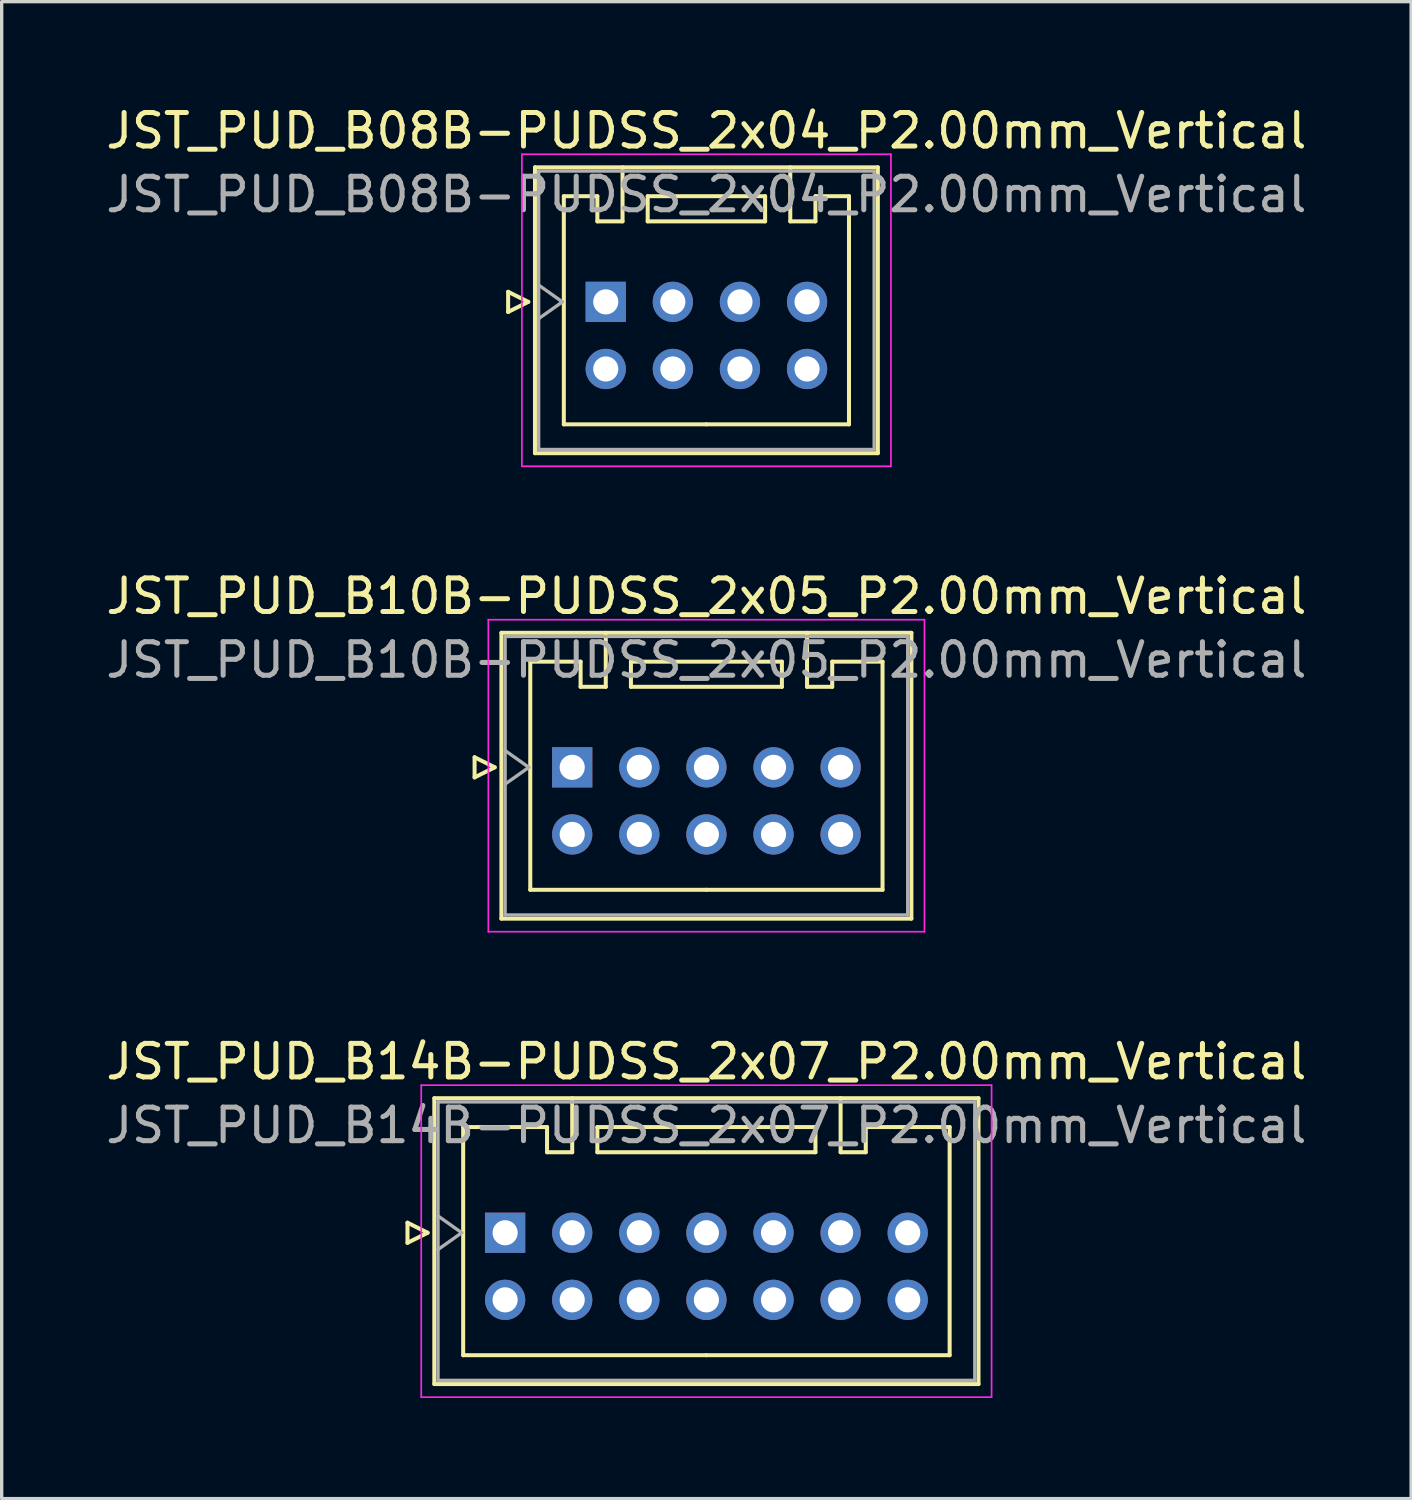
<source format=kicad_pcb>
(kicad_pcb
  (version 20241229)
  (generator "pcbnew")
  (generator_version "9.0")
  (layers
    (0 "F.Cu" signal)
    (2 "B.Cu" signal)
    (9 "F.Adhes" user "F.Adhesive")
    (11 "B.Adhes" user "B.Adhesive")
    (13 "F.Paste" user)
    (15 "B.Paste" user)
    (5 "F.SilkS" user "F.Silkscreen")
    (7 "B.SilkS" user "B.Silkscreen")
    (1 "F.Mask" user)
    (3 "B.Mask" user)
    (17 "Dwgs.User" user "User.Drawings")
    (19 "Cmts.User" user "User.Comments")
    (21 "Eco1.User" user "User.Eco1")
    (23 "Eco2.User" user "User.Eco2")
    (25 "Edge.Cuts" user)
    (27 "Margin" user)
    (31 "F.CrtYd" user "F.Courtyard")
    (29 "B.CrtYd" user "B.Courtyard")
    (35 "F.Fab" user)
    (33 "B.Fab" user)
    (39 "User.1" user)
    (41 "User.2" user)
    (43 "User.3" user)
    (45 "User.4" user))
  (footprint "JST_PUD_B10B-PUDSS_2x05_P2.00mm_Vertical"
    (layer "F.Cu")
    (at 14.006 19.822)
    (property "Reference" "JST_PUD_B10B-PUDSS_2x05_P2.00mm_Vertical" (at 4 -5.1 0) (layer "F.SilkS") (effects (font (size 1 1) (thickness 0.15))))
    (attr through_hole)
    (fp_line (start -2.91 -0.3) (end -2.31 0) (stroke (width 0.12) (type solid)) (layer "F.SilkS"))
    (fp_line (start -2.91 0.3) (end -2.91 -0.3) (stroke (width 0.12) (type solid)) (layer "F.SilkS"))
    (fp_line (start -2.31 0) (end -2.91 0.3) (stroke (width 0.12) (type solid)) (layer "F.SilkS"))
    (fp_line (start -2.11 -4.01) (end -2.11 4.51) (stroke (width 0.12) (type solid)) (layer "F.SilkS"))
    (fp_line (start -2.11 4.51) (end 10.11 4.51) (stroke (width 0.12) (type solid)) (layer "F.SilkS"))
    (fp_line (start -1.25 -3.15) (end -1.25 3.65) (stroke (width 0.12) (type solid)) (layer "F.SilkS"))
    (fp_line (start -1.25 3.65) (end 4 3.65) (stroke (width 0.12) (type solid)) (layer "F.SilkS"))
    (fp_line (start 0.25 -3.15) (end -1.25 -3.15) (stroke (width 0.12) (type solid)) (layer "F.SilkS"))
    (fp_line (start 0.25 -2.4) (end 0.25 -3.15) (stroke (width 0.12) (type solid)) (layer "F.SilkS"))
    (fp_line (start 1 -4.01) (end 1 -2.4) (stroke (width 0.12) (type solid)) (layer "F.SilkS"))
    (fp_line (start 1 -2.4) (end 0.25 -2.4) (stroke (width 0.12) (type solid)) (layer "F.SilkS"))
    (fp_line (start 1.75 -3.15) (end 1.75 -2.4) (stroke (width 0.12) (type solid)) (layer "F.SilkS"))
    (fp_line (start 1.75 -2.4) (end 6.25 -2.4) (stroke (width 0.12) (type solid)) (layer "F.SilkS"))
    (fp_line (start 6.25 -3.15) (end 1.75 -3.15) (stroke (width 0.12) (type solid)) (layer "F.SilkS"))
    (fp_line (start 6.25 -2.4) (end 6.25 -3.15) (stroke (width 0.12) (type solid)) (layer "F.SilkS"))
    (fp_line (start 7 -4.01) (end 7 -2.4) (stroke (width 0.12) (type solid)) (layer "F.SilkS"))
    (fp_line (start 7 -2.4) (end 7.75 -2.4) (stroke (width 0.12) (type solid)) (layer "F.SilkS"))
    (fp_line (start 7.75 -3.15) (end 9.25 -3.15) (stroke (width 0.12) (type solid)) (layer "F.SilkS"))
    (fp_line (start 7.75 -2.4) (end 7.75 -3.15) (stroke (width 0.12) (type solid)) (layer "F.SilkS"))
    (fp_line (start 9.25 -3.15) (end 9.25 3.65) (stroke (width 0.12) (type solid)) (layer "F.SilkS"))
    (fp_line (start 9.25 3.65) (end 4 3.65) (stroke (width 0.12) (type solid)) (layer "F.SilkS"))
    (fp_line (start 10.11 -4.01) (end -2.11 -4.01) (stroke (width 0.12) (type solid)) (layer "F.SilkS"))
    (fp_line (start 10.11 4.51) (end 10.11 -4.01) (stroke (width 0.12) (type solid)) (layer "F.SilkS"))
    (fp_line (start -2.5 -4.4) (end -2.5 4.9) (stroke (width 0.05) (type solid)) (layer "F.CrtYd"))
    (fp_line (start -2.5 4.9) (end 10.5 4.9) (stroke (width 0.05) (type solid)) (layer "F.CrtYd"))
    (fp_line (start 10.5 -4.4) (end -2.5 -4.4) (stroke (width 0.05) (type solid)) (layer "F.CrtYd"))
    (fp_line (start 10.5 4.9) (end 10.5 -4.4) (stroke (width 0.05) (type solid)) (layer "F.CrtYd"))
    (fp_line (start -2 -3.9) (end -2 4.4) (stroke (width 0.1) (type solid)) (layer "F.Fab"))
    (fp_line (start -2 0.5) (end -1.293 0) (stroke (width 0.1) (type solid)) (layer "F.Fab"))
    (fp_line (start -2 4.4) (end 10 4.4) (stroke (width 0.1) (type solid)) (layer "F.Fab"))
    (fp_line (start -1.293 0) (end -2 -0.5) (stroke (width 0.1) (type solid)) (layer "F.Fab"))
    (fp_line (start 10 -3.9) (end -2 -3.9) (stroke (width 0.1) (type solid)) (layer "F.Fab"))
    (fp_line (start 10 4.4) (end 10 -3.9) (stroke (width 0.1) (type solid)) (layer "F.Fab"))
    (fp_text user "${REFERENCE}" (at 4 -3.2 0) (layer "F.Fab") (effects (font (size 1 1) (thickness 0.15))))
    (pad "1" thru_hole rect (at 0 0) (size 1.2 1.2) (drill 0.75) (layers "*.Cu" "*.Mask"))
    (pad "2" thru_hole circle (at 0 2) (size 1.2 1.2) (drill 0.75) (layers "*.Cu" "*.Mask"))
    (pad "3" thru_hole circle (at 2 0) (size 1.2 1.2) (drill 0.75) (layers "*.Cu" "*.Mask"))
    (pad "4" thru_hole circle (at 2 2) (size 1.2 1.2) (drill 0.75) (layers "*.Cu" "*.Mask"))
    (pad "5" thru_hole circle (at 4 0) (size 1.2 1.2) (drill 0.75) (layers "*.Cu" "*.Mask"))
    (pad "6" thru_hole circle (at 4 2) (size 1.2 1.2) (drill 0.75) (layers "*.Cu" "*.Mask"))
    (pad "7" thru_hole circle (at 6 0) (size 1.2 1.2) (drill 0.75) (layers "*.Cu" "*.Mask"))
    (pad "8" thru_hole circle (at 6 2) (size 1.2 1.2) (drill 0.75) (layers "*.Cu" "*.Mask"))
    (pad "9" thru_hole circle (at 8 0) (size 1.2 1.2) (drill 0.75) (layers "*.Cu" "*.Mask"))
    (pad "10" thru_hole circle (at 8 2) (size 1.2 1.2) (drill 0.75) (layers "*.Cu" "*.Mask")))
  (footprint "JST_PUD_B14B-PUDSS_2x07_P2.00mm_Vertical"
    (layer "F.Cu")
    (at 12.006 33.695)
    (property "Reference" "JST_PUD_B14B-PUDSS_2x07_P2.00mm_Vertical" (at 6 -5.1 0) (layer "F.SilkS") (effects (font (size 1 1) (thickness 0.15))))
    (attr through_hole)
    (fp_line (start -2.91 -0.3) (end -2.31 0) (stroke (width 0.12) (type solid)) (layer "F.SilkS"))
    (fp_line (start -2.91 0.3) (end -2.91 -0.3) (stroke (width 0.12) (type solid)) (layer "F.SilkS"))
    (fp_line (start -2.31 0) (end -2.91 0.3) (stroke (width 0.12) (type solid)) (layer "F.SilkS"))
    (fp_line (start -2.11 -4.01) (end -2.11 4.51) (stroke (width 0.12) (type solid)) (layer "F.SilkS"))
    (fp_line (start -2.11 4.51) (end 14.11 4.51) (stroke (width 0.12) (type solid)) (layer "F.SilkS"))
    (fp_line (start -1.25 -3.15) (end -1.25 3.65) (stroke (width 0.12) (type solid)) (layer "F.SilkS"))
    (fp_line (start -1.25 3.65) (end 6 3.65) (stroke (width 0.12) (type solid)) (layer "F.SilkS"))
    (fp_line (start 1.25 -3.15) (end -1.25 -3.15) (stroke (width 0.12) (type solid)) (layer "F.SilkS"))
    (fp_line (start 1.25 -2.4) (end 1.25 -3.15) (stroke (width 0.12) (type solid)) (layer "F.SilkS"))
    (fp_line (start 2 -4.01) (end 2 -2.4) (stroke (width 0.12) (type solid)) (layer "F.SilkS"))
    (fp_line (start 2 -2.4) (end 1.25 -2.4) (stroke (width 0.12) (type solid)) (layer "F.SilkS"))
    (fp_line (start 2.75 -3.15) (end 2.75 -2.4) (stroke (width 0.12) (type solid)) (layer "F.SilkS"))
    (fp_line (start 2.75 -2.4) (end 9.25 -2.4) (stroke (width 0.12) (type solid)) (layer "F.SilkS"))
    (fp_line (start 9.25 -3.15) (end 2.75 -3.15) (stroke (width 0.12) (type solid)) (layer "F.SilkS"))
    (fp_line (start 9.25 -2.4) (end 9.25 -3.15) (stroke (width 0.12) (type solid)) (layer "F.SilkS"))
    (fp_line (start 10 -4.01) (end 10 -2.4) (stroke (width 0.12) (type solid)) (layer "F.SilkS"))
    (fp_line (start 10 -2.4) (end 10.75 -2.4) (stroke (width 0.12) (type solid)) (layer "F.SilkS"))
    (fp_line (start 10.75 -3.15) (end 13.25 -3.15) (stroke (width 0.12) (type solid)) (layer "F.SilkS"))
    (fp_line (start 10.75 -2.4) (end 10.75 -3.15) (stroke (width 0.12) (type solid)) (layer "F.SilkS"))
    (fp_line (start 13.25 -3.15) (end 13.25 3.65) (stroke (width 0.12) (type solid)) (layer "F.SilkS"))
    (fp_line (start 13.25 3.65) (end 6 3.65) (stroke (width 0.12) (type solid)) (layer "F.SilkS"))
    (fp_line (start 14.11 -4.01) (end -2.11 -4.01) (stroke (width 0.12) (type solid)) (layer "F.SilkS"))
    (fp_line (start 14.11 4.51) (end 14.11 -4.01) (stroke (width 0.12) (type solid)) (layer "F.SilkS"))
    (fp_line (start -2.5 -4.4) (end -2.5 4.9) (stroke (width 0.05) (type solid)) (layer "F.CrtYd"))
    (fp_line (start -2.5 4.9) (end 14.5 4.9) (stroke (width 0.05) (type solid)) (layer "F.CrtYd"))
    (fp_line (start 14.5 -4.4) (end -2.5 -4.4) (stroke (width 0.05) (type solid)) (layer "F.CrtYd"))
    (fp_line (start 14.5 4.9) (end 14.5 -4.4) (stroke (width 0.05) (type solid)) (layer "F.CrtYd"))
    (fp_line (start -2 -3.9) (end -2 4.4) (stroke (width 0.1) (type solid)) (layer "F.Fab"))
    (fp_line (start -2 0.5) (end -1.293 0) (stroke (width 0.1) (type solid)) (layer "F.Fab"))
    (fp_line (start -2 4.4) (end 14 4.4) (stroke (width 0.1) (type solid)) (layer "F.Fab"))
    (fp_line (start -1.293 0) (end -2 -0.5) (stroke (width 0.1) (type solid)) (layer "F.Fab"))
    (fp_line (start 14 -3.9) (end -2 -3.9) (stroke (width 0.1) (type solid)) (layer "F.Fab"))
    (fp_line (start 14 4.4) (end 14 -3.9) (stroke (width 0.1) (type solid)) (layer "F.Fab"))
    (fp_text user "${REFERENCE}" (at 6 -3.2 0) (layer "F.Fab") (effects (font (size 1 1) (thickness 0.15))))
    (pad "1" thru_hole rect (at 0 0) (size 1.2 1.2) (drill 0.75) (layers "*.Cu" "*.Mask"))
    (pad "2" thru_hole circle (at 0 2) (size 1.2 1.2) (drill 0.75) (layers "*.Cu" "*.Mask"))
    (pad "3" thru_hole circle (at 2 0) (size 1.2 1.2) (drill 0.75) (layers "*.Cu" "*.Mask"))
    (pad "4" thru_hole circle (at 2 2) (size 1.2 1.2) (drill 0.75) (layers "*.Cu" "*.Mask"))
    (pad "5" thru_hole circle (at 4 0) (size 1.2 1.2) (drill 0.75) (layers "*.Cu" "*.Mask"))
    (pad "6" thru_hole circle (at 4 2) (size 1.2 1.2) (drill 0.75) (layers "*.Cu" "*.Mask"))
    (pad "7" thru_hole circle (at 6 0) (size 1.2 1.2) (drill 0.75) (layers "*.Cu" "*.Mask"))
    (pad "8" thru_hole circle (at 6 2) (size 1.2 1.2) (drill 0.75) (layers "*.Cu" "*.Mask"))
    (pad "9" thru_hole circle (at 8 0) (size 1.2 1.2) (drill 0.75) (layers "*.Cu" "*.Mask"))
    (pad "10" thru_hole circle (at 8 2) (size 1.2 1.2) (drill 0.75) (layers "*.Cu" "*.Mask"))
    (pad "11" thru_hole circle (at 10 0) (size 1.2 1.2) (drill 0.75) (layers "*.Cu" "*.Mask"))
    (pad "12" thru_hole circle (at 10 2) (size 1.2 1.2) (drill 0.75) (layers "*.Cu" "*.Mask"))
    (pad "13" thru_hole circle (at 12 0) (size 1.2 1.2) (drill 0.75) (layers "*.Cu" "*.Mask"))
    (pad "14" thru_hole circle (at 12 2) (size 1.2 1.2) (drill 0.75) (layers "*.Cu" "*.Mask")))
  (footprint "JST_PUD_B08B-PUDSS_2x04_P2.00mm_Vertical"
    (layer "F.Cu")
    (at 15.006 5.948)
    (property "Reference" "JST_PUD_B08B-PUDSS_2x04_P2.00mm_Vertical" (at 3 -5.1 0) (layer "F.SilkS") (effects (font (size 1 1) (thickness 0.15))))
    (attr through_hole)
    (fp_line (start -2.91 -0.3) (end -2.31 0) (stroke (width 0.12) (type solid)) (layer "F.SilkS"))
    (fp_line (start -2.91 0.3) (end -2.91 -0.3) (stroke (width 0.12) (type solid)) (layer "F.SilkS"))
    (fp_line (start -2.31 0) (end -2.91 0.3) (stroke (width 0.12) (type solid)) (layer "F.SilkS"))
    (fp_line (start -2.11 -4.01) (end -2.11 4.51) (stroke (width 0.12) (type solid)) (layer "F.SilkS"))
    (fp_line (start -2.11 4.51) (end 8.11 4.51) (stroke (width 0.12) (type solid)) (layer "F.SilkS"))
    (fp_line (start -1.25 -3.15) (end -1.25 3.65) (stroke (width 0.12) (type solid)) (layer "F.SilkS"))
    (fp_line (start -1.25 3.65) (end 3 3.65) (stroke (width 0.12) (type solid)) (layer "F.SilkS"))
    (fp_line (start -0.25 -3.15) (end -1.25 -3.15) (stroke (width 0.12) (type solid)) (layer "F.SilkS"))
    (fp_line (start -0.25 -2.4) (end -0.25 -3.15) (stroke (width 0.12) (type solid)) (layer "F.SilkS"))
    (fp_line (start 0.5 -4.01) (end 0.5 -2.4) (stroke (width 0.12) (type solid)) (layer "F.SilkS"))
    (fp_line (start 0.5 -2.4) (end -0.25 -2.4) (stroke (width 0.12) (type solid)) (layer "F.SilkS"))
    (fp_line (start 1.25 -3.15) (end 1.25 -2.4) (stroke (width 0.12) (type solid)) (layer "F.SilkS"))
    (fp_line (start 1.25 -2.4) (end 4.75 -2.4) (stroke (width 0.12) (type solid)) (layer "F.SilkS"))
    (fp_line (start 4.75 -3.15) (end 1.25 -3.15) (stroke (width 0.12) (type solid)) (layer "F.SilkS"))
    (fp_line (start 4.75 -2.4) (end 4.75 -3.15) (stroke (width 0.12) (type solid)) (layer "F.SilkS"))
    (fp_line (start 5.5 -4.01) (end 5.5 -2.4) (stroke (width 0.12) (type solid)) (layer "F.SilkS"))
    (fp_line (start 5.5 -2.4) (end 6.25 -2.4) (stroke (width 0.12) (type solid)) (layer "F.SilkS"))
    (fp_line (start 6.25 -3.15) (end 7.25 -3.15) (stroke (width 0.12) (type solid)) (layer "F.SilkS"))
    (fp_line (start 6.25 -2.4) (end 6.25 -3.15) (stroke (width 0.12) (type solid)) (layer "F.SilkS"))
    (fp_line (start 7.25 -3.15) (end 7.25 3.65) (stroke (width 0.12) (type solid)) (layer "F.SilkS"))
    (fp_line (start 7.25 3.65) (end 3 3.65) (stroke (width 0.12) (type solid)) (layer "F.SilkS"))
    (fp_line (start 8.11 -4.01) (end -2.11 -4.01) (stroke (width 0.12) (type solid)) (layer "F.SilkS"))
    (fp_line (start 8.11 4.51) (end 8.11 -4.01) (stroke (width 0.12) (type solid)) (layer "F.SilkS"))
    (fp_line (start -2.5 -4.4) (end -2.5 4.9) (stroke (width 0.05) (type solid)) (layer "F.CrtYd"))
    (fp_line (start -2.5 4.9) (end 8.5 4.9) (stroke (width 0.05) (type solid)) (layer "F.CrtYd"))
    (fp_line (start 8.5 -4.4) (end -2.5 -4.4) (stroke (width 0.05) (type solid)) (layer "F.CrtYd"))
    (fp_line (start 8.5 4.9) (end 8.5 -4.4) (stroke (width 0.05) (type solid)) (layer "F.CrtYd"))
    (fp_line (start -2 -3.9) (end -2 4.4) (stroke (width 0.1) (type solid)) (layer "F.Fab"))
    (fp_line (start -2 0.5) (end -1.293 0) (stroke (width 0.1) (type solid)) (layer "F.Fab"))
    (fp_line (start -2 4.4) (end 8 4.4) (stroke (width 0.1) (type solid)) (layer "F.Fab"))
    (fp_line (start -1.293 0) (end -2 -0.5) (stroke (width 0.1) (type solid)) (layer "F.Fab"))
    (fp_line (start 8 -3.9) (end -2 -3.9) (stroke (width 0.1) (type solid)) (layer "F.Fab"))
    (fp_line (start 8 4.4) (end 8 -3.9) (stroke (width 0.1) (type solid)) (layer "F.Fab"))
    (fp_text user "${REFERENCE}" (at 3 -3.2 0) (layer "F.Fab") (effects (font (size 1 1) (thickness 0.15))))
    (pad "1" thru_hole rect (at 0 0) (size 1.2 1.2) (drill 0.75) (layers "*.Cu" "*.Mask"))
    (pad "2" thru_hole circle (at 0 2) (size 1.2 1.2) (drill 0.75) (layers "*.Cu" "*.Mask"))
    (pad "3" thru_hole circle (at 2 0) (size 1.2 1.2) (drill 0.75) (layers "*.Cu" "*.Mask"))
    (pad "4" thru_hole circle (at 2 2) (size 1.2 1.2) (drill 0.75) (layers "*.Cu" "*.Mask"))
    (pad "5" thru_hole circle (at 4 0) (size 1.2 1.2) (drill 0.75) (layers "*.Cu" "*.Mask"))
    (pad "6" thru_hole circle (at 4 2) (size 1.2 1.2) (drill 0.75) (layers "*.Cu" "*.Mask"))
    (pad "7" thru_hole circle (at 6 0) (size 1.2 1.2) (drill 0.75) (layers "*.Cu" "*.Mask"))
    (pad "8" thru_hole circle (at 6 2) (size 1.2 1.2) (drill 0.75) (layers "*.Cu" "*.Mask")))
  (gr_rect
    (start -3 -3)
    (end 39.012 41.62)
    (stroke (width 0.1) (type default))
    (fill no)
    (layer "Edge.Cuts")))
</source>
